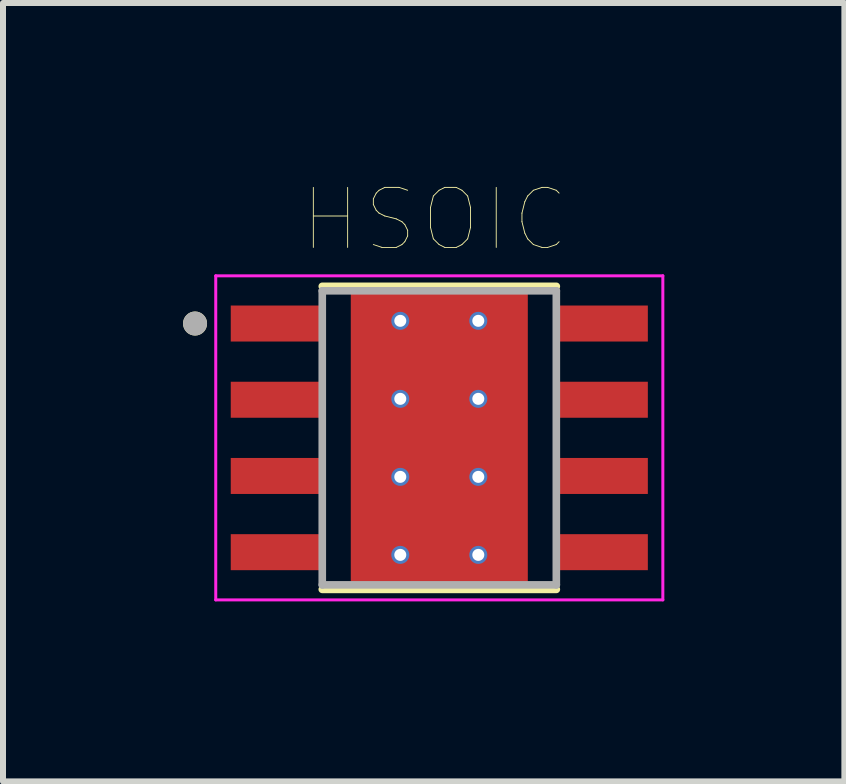
<source format=kicad_pcb>
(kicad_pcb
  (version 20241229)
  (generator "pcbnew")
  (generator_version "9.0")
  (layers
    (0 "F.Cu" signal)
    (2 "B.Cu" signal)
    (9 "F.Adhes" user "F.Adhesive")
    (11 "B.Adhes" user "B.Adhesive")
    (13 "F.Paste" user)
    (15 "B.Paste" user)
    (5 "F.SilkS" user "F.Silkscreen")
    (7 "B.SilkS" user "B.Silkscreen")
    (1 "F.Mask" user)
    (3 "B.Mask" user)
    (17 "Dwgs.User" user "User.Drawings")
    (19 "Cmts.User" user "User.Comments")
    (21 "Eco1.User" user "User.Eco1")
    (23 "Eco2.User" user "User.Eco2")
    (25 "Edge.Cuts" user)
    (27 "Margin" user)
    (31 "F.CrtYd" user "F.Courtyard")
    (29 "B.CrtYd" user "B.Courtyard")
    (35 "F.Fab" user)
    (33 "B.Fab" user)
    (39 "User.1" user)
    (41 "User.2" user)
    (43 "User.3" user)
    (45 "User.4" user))
  (footprint "HSOIC"
    (layer "F.Cu")
    (at 4.27 4.246)
    (property "Reference" "HSOIC" (at -0.075 -3.635 0) (layer "F.SilkS") (effects (font (size 1 1) (thickness 0.015))))
    (attr through_hole)
    (fp_poly (pts (xy -1.355 -1.7) (xy 1.355 -1.7) (xy 1.355 1.7) (xy -1.355 1.7)) (stroke (width 0.01) (type solid)) (fill yes) (layer "F.Mask"))
    (fp_poly (pts (xy -1.905 -1.535) (xy -3.495 -1.535) (xy -3.498 -1.535) (xy -3.5 -1.535) (xy -3.503 -1.536) (xy -3.505 -1.536) (xy -3.508 -1.537) (xy -3.51 -1.537) (xy -3.513 -1.538) (xy -3.515 -1.539) (xy -3.518 -1.54) (xy -3.52 -1.542) (xy -3.522 -1.543) (xy -3.524 -1.545) (xy -3.526 -1.546) (xy -3.528 -1.548) (xy -3.53 -1.55) (xy -3.532 -1.552) (xy -3.534 -1.554) (xy -3.535 -1.556) (xy -3.537 -1.558) (xy -3.538 -1.56) (xy -3.54 -1.562) (xy -3.541 -1.565) (xy -3.542 -1.567) (xy -3.543 -1.57) (xy -3.543 -1.572) (xy -3.544 -1.575) (xy -3.544 -1.577) (xy -3.545 -1.58) (xy -3.545 -1.582) (xy -3.545 -1.585) (xy -3.545 -2.225) (xy -3.545 -2.228) (xy -3.545 -2.23) (xy -3.544 -2.233) (xy -3.544 -2.235) (xy -3.543 -2.238) (xy -3.543 -2.24) (xy -3.542 -2.243) (xy -3.541 -2.245) (xy -3.54 -2.248) (xy -3.538 -2.25) (xy -3.537 -2.252) (xy -3.535 -2.254) (xy -3.534 -2.256) (xy -3.532 -2.258) (xy -3.53 -2.26) (xy -3.528 -2.262) (xy -3.526 -2.264) (xy -3.524 -2.265) (xy -3.522 -2.267) (xy -3.52 -2.268) (xy -3.518 -2.27) (xy -3.515 -2.271) (xy -3.513 -2.272) (xy -3.51 -2.273) (xy -3.508 -2.273) (xy -3.505 -2.274) (xy -3.503 -2.274) (xy -3.5 -2.275) (xy -3.498 -2.275) (xy -3.495 -2.275) (xy -1.905 -2.275) (xy -1.902 -2.275) (xy -1.9 -2.275) (xy -1.897 -2.274) (xy -1.895 -2.274) (xy -1.892 -2.273) (xy -1.89 -2.273) (xy -1.887 -2.272) (xy -1.885 -2.271) (xy -1.882 -2.27) (xy -1.88 -2.268) (xy -1.878 -2.267) (xy -1.876 -2.265) (xy -1.874 -2.264) (xy -1.872 -2.262) (xy -1.87 -2.26) (xy -1.868 -2.258) (xy -1.866 -2.256) (xy -1.865 -2.254) (xy -1.863 -2.252) (xy -1.862 -2.25) (xy -1.86 -2.248) (xy -1.859 -2.245) (xy -1.858 -2.243) (xy -1.857 -2.24) (xy -1.857 -2.238) (xy -1.856 -2.235) (xy -1.856 -2.233) (xy -1.855 -2.23) (xy -1.855 -2.228) (xy -1.855 -2.225) (xy -1.855 -1.585) (xy -1.855 -1.582) (xy -1.855 -1.58) (xy -1.856 -1.577) (xy -1.856 -1.575) (xy -1.857 -1.572) (xy -1.857 -1.57) (xy -1.858 -1.567) (xy -1.859 -1.565) (xy -1.86 -1.562) (xy -1.862 -1.56) (xy -1.863 -1.558) (xy -1.865 -1.556) (xy -1.866 -1.554) (xy -1.868 -1.552) (xy -1.87 -1.55) (xy -1.872 -1.548) (xy -1.874 -1.546) (xy -1.876 -1.545) (xy -1.878 -1.543) (xy -1.88 -1.542) (xy -1.882 -1.54) (xy -1.885 -1.539) (xy -1.887 -1.538) (xy -1.89 -1.537) (xy -1.892 -1.537) (xy -1.895 -1.536) (xy -1.897 -1.536) (xy -1.9 -1.535) (xy -1.902 -1.535) (xy -1.905 -1.535)) (stroke (width 0.01) (type solid)) (fill yes) (layer "F.Mask"))
    (fp_poly (pts (xy -1.905 -0.265) (xy -3.495 -0.265) (xy -3.498 -0.265) (xy -3.5 -0.265) (xy -3.503 -0.266) (xy -3.505 -0.266) (xy -3.508 -0.267) (xy -3.51 -0.267) (xy -3.513 -0.268) (xy -3.515 -0.269) (xy -3.518 -0.27) (xy -3.52 -0.272) (xy -3.522 -0.273) (xy -3.524 -0.275) (xy -3.526 -0.276) (xy -3.528 -0.278) (xy -3.53 -0.28) (xy -3.532 -0.282) (xy -3.534 -0.284) (xy -3.535 -0.286) (xy -3.537 -0.288) (xy -3.538 -0.29) (xy -3.54 -0.292) (xy -3.541 -0.295) (xy -3.542 -0.297) (xy -3.543 -0.3) (xy -3.543 -0.302) (xy -3.544 -0.305) (xy -3.544 -0.307) (xy -3.545 -0.31) (xy -3.545 -0.312) (xy -3.545 -0.315) (xy -3.545 -0.955) (xy -3.545 -0.958) (xy -3.545 -0.96) (xy -3.544 -0.963) (xy -3.544 -0.965) (xy -3.543 -0.968) (xy -3.543 -0.97) (xy -3.542 -0.973) (xy -3.541 -0.975) (xy -3.54 -0.978) (xy -3.538 -0.98) (xy -3.537 -0.982) (xy -3.535 -0.984) (xy -3.534 -0.986) (xy -3.532 -0.988) (xy -3.53 -0.99) (xy -3.528 -0.992) (xy -3.526 -0.994) (xy -3.524 -0.995) (xy -3.522 -0.997) (xy -3.52 -0.998) (xy -3.518 -1) (xy -3.515 -1.001) (xy -3.513 -1.002) (xy -3.51 -1.003) (xy -3.508 -1.003) (xy -3.505 -1.004) (xy -3.503 -1.004) (xy -3.5 -1.005) (xy -3.498 -1.005) (xy -3.495 -1.005) (xy -1.905 -1.005) (xy -1.902 -1.005) (xy -1.9 -1.005) (xy -1.897 -1.004) (xy -1.895 -1.004) (xy -1.892 -1.003) (xy -1.89 -1.003) (xy -1.887 -1.002) (xy -1.885 -1.001) (xy -1.882 -1) (xy -1.88 -0.998) (xy -1.878 -0.997) (xy -1.876 -0.995) (xy -1.874 -0.994) (xy -1.872 -0.992) (xy -1.87 -0.99) (xy -1.868 -0.988) (xy -1.866 -0.986) (xy -1.865 -0.984) (xy -1.863 -0.982) (xy -1.862 -0.98) (xy -1.86 -0.978) (xy -1.859 -0.975) (xy -1.858 -0.973) (xy -1.857 -0.97) (xy -1.857 -0.968) (xy -1.856 -0.965) (xy -1.856 -0.963) (xy -1.855 -0.96) (xy -1.855 -0.958) (xy -1.855 -0.955) (xy -1.855 -0.315) (xy -1.855 -0.312) (xy -1.855 -0.31) (xy -1.856 -0.307) (xy -1.856 -0.305) (xy -1.857 -0.302) (xy -1.857 -0.3) (xy -1.858 -0.297) (xy -1.859 -0.295) (xy -1.86 -0.292) (xy -1.862 -0.29) (xy -1.863 -0.288) (xy -1.865 -0.286) (xy -1.866 -0.284) (xy -1.868 -0.282) (xy -1.87 -0.28) (xy -1.872 -0.278) (xy -1.874 -0.276) (xy -1.876 -0.275) (xy -1.878 -0.273) (xy -1.88 -0.272) (xy -1.882 -0.27) (xy -1.885 -0.269) (xy -1.887 -0.268) (xy -1.89 -0.267) (xy -1.892 -0.267) (xy -1.895 -0.266) (xy -1.897 -0.266) (xy -1.9 -0.265) (xy -1.902 -0.265) (xy -1.905 -0.265)) (stroke (width 0.01) (type solid)) (fill yes) (layer "F.Mask"))
    (fp_poly (pts (xy -1.905 1.005) (xy -3.495 1.005) (xy -3.498 1.005) (xy -3.5 1.005) (xy -3.503 1.004) (xy -3.505 1.004) (xy -3.508 1.003) (xy -3.51 1.003) (xy -3.513 1.002) (xy -3.515 1.001) (xy -3.518 1) (xy -3.52 0.998) (xy -3.522 0.997) (xy -3.524 0.995) (xy -3.526 0.994) (xy -3.528 0.992) (xy -3.53 0.99) (xy -3.532 0.988) (xy -3.534 0.986) (xy -3.535 0.984) (xy -3.537 0.982) (xy -3.538 0.98) (xy -3.54 0.978) (xy -3.541 0.975) (xy -3.542 0.973) (xy -3.543 0.97) (xy -3.543 0.968) (xy -3.544 0.965) (xy -3.544 0.963) (xy -3.545 0.96) (xy -3.545 0.958) (xy -3.545 0.955) (xy -3.545 0.315) (xy -3.545 0.312) (xy -3.545 0.31) (xy -3.544 0.307) (xy -3.544 0.305) (xy -3.543 0.302) (xy -3.543 0.3) (xy -3.542 0.297) (xy -3.541 0.295) (xy -3.54 0.292) (xy -3.538 0.29) (xy -3.537 0.288) (xy -3.535 0.286) (xy -3.534 0.284) (xy -3.532 0.282) (xy -3.53 0.28) (xy -3.528 0.278) (xy -3.526 0.276) (xy -3.524 0.275) (xy -3.522 0.273) (xy -3.52 0.272) (xy -3.518 0.27) (xy -3.515 0.269) (xy -3.513 0.268) (xy -3.51 0.267) (xy -3.508 0.267) (xy -3.505 0.266) (xy -3.503 0.266) (xy -3.5 0.265) (xy -3.498 0.265) (xy -3.495 0.265) (xy -1.905 0.265) (xy -1.902 0.265) (xy -1.9 0.265) (xy -1.897 0.266) (xy -1.895 0.266) (xy -1.892 0.267) (xy -1.89 0.267) (xy -1.887 0.268) (xy -1.885 0.269) (xy -1.882 0.27) (xy -1.88 0.272) (xy -1.878 0.273) (xy -1.876 0.275) (xy -1.874 0.276) (xy -1.872 0.278) (xy -1.87 0.28) (xy -1.868 0.282) (xy -1.866 0.284) (xy -1.865 0.286) (xy -1.863 0.288) (xy -1.862 0.29) (xy -1.86 0.292) (xy -1.859 0.295) (xy -1.858 0.297) (xy -1.857 0.3) (xy -1.857 0.302) (xy -1.856 0.305) (xy -1.856 0.307) (xy -1.855 0.31) (xy -1.855 0.312) (xy -1.855 0.315) (xy -1.855 0.955) (xy -1.855 0.958) (xy -1.855 0.96) (xy -1.856 0.963) (xy -1.856 0.965) (xy -1.857 0.968) (xy -1.857 0.97) (xy -1.858 0.973) (xy -1.859 0.975) (xy -1.86 0.978) (xy -1.862 0.98) (xy -1.863 0.982) (xy -1.865 0.984) (xy -1.866 0.986) (xy -1.868 0.988) (xy -1.87 0.99) (xy -1.872 0.992) (xy -1.874 0.994) (xy -1.876 0.995) (xy -1.878 0.997) (xy -1.88 0.998) (xy -1.882 1) (xy -1.885 1.001) (xy -1.887 1.002) (xy -1.89 1.003) (xy -1.892 1.003) (xy -1.895 1.004) (xy -1.897 1.004) (xy -1.9 1.005) (xy -1.902 1.005) (xy -1.905 1.005)) (stroke (width 0.01) (type solid)) (fill yes) (layer "F.Mask"))
    (fp_poly (pts (xy -1.905 2.275) (xy -3.495 2.275) (xy -3.498 2.275) (xy -3.5 2.275) (xy -3.503 2.274) (xy -3.505 2.274) (xy -3.508 2.273) (xy -3.51 2.273) (xy -3.513 2.272) (xy -3.515 2.271) (xy -3.518 2.27) (xy -3.52 2.268) (xy -3.522 2.267) (xy -3.524 2.265) (xy -3.526 2.264) (xy -3.528 2.262) (xy -3.53 2.26) (xy -3.532 2.258) (xy -3.534 2.256) (xy -3.535 2.254) (xy -3.537 2.252) (xy -3.538 2.25) (xy -3.54 2.248) (xy -3.541 2.245) (xy -3.542 2.243) (xy -3.543 2.24) (xy -3.543 2.238) (xy -3.544 2.235) (xy -3.544 2.233) (xy -3.545 2.23) (xy -3.545 2.228) (xy -3.545 2.225) (xy -3.545 1.585) (xy -3.545 1.582) (xy -3.545 1.58) (xy -3.544 1.577) (xy -3.544 1.575) (xy -3.543 1.572) (xy -3.543 1.57) (xy -3.542 1.567) (xy -3.541 1.565) (xy -3.54 1.562) (xy -3.538 1.56) (xy -3.537 1.558) (xy -3.535 1.556) (xy -3.534 1.554) (xy -3.532 1.552) (xy -3.53 1.55) (xy -3.528 1.548) (xy -3.526 1.546) (xy -3.524 1.545) (xy -3.522 1.543) (xy -3.52 1.542) (xy -3.518 1.54) (xy -3.515 1.539) (xy -3.513 1.538) (xy -3.51 1.537) (xy -3.508 1.537) (xy -3.505 1.536) (xy -3.503 1.536) (xy -3.5 1.535) (xy -3.498 1.535) (xy -3.495 1.535) (xy -1.905 1.535) (xy -1.902 1.535) (xy -1.9 1.535) (xy -1.897 1.536) (xy -1.895 1.536) (xy -1.892 1.537) (xy -1.89 1.537) (xy -1.887 1.538) (xy -1.885 1.539) (xy -1.882 1.54) (xy -1.88 1.542) (xy -1.878 1.543) (xy -1.876 1.545) (xy -1.874 1.546) (xy -1.872 1.548) (xy -1.87 1.55) (xy -1.868 1.552) (xy -1.866 1.554) (xy -1.865 1.556) (xy -1.863 1.558) (xy -1.862 1.56) (xy -1.86 1.562) (xy -1.859 1.565) (xy -1.858 1.567) (xy -1.857 1.57) (xy -1.857 1.572) (xy -1.856 1.575) (xy -1.856 1.577) (xy -1.855 1.58) (xy -1.855 1.582) (xy -1.855 1.585) (xy -1.855 2.225) (xy -1.855 2.228) (xy -1.855 2.23) (xy -1.856 2.233) (xy -1.856 2.235) (xy -1.857 2.238) (xy -1.857 2.24) (xy -1.858 2.243) (xy -1.859 2.245) (xy -1.86 2.248) (xy -1.862 2.25) (xy -1.863 2.252) (xy -1.865 2.254) (xy -1.866 2.256) (xy -1.868 2.258) (xy -1.87 2.26) (xy -1.872 2.262) (xy -1.874 2.264) (xy -1.876 2.265) (xy -1.878 2.267) (xy -1.88 2.268) (xy -1.882 2.27) (xy -1.885 2.271) (xy -1.887 2.272) (xy -1.89 2.273) (xy -1.892 2.273) (xy -1.895 2.274) (xy -1.897 2.274) (xy -1.9 2.275) (xy -1.902 2.275) (xy -1.905 2.275)) (stroke (width 0.01) (type solid)) (fill yes) (layer "F.Mask"))
    (fp_poly (pts (xy 3.495 -1.535) (xy 1.905 -1.535) (xy 1.902 -1.535) (xy 1.9 -1.535) (xy 1.897 -1.536) (xy 1.895 -1.536) (xy 1.892 -1.537) (xy 1.89 -1.537) (xy 1.887 -1.538) (xy 1.885 -1.539) (xy 1.882 -1.54) (xy 1.88 -1.542) (xy 1.878 -1.543) (xy 1.876 -1.545) (xy 1.874 -1.546) (xy 1.872 -1.548) (xy 1.87 -1.55) (xy 1.868 -1.552) (xy 1.866 -1.554) (xy 1.865 -1.556) (xy 1.863 -1.558) (xy 1.862 -1.56) (xy 1.86 -1.562) (xy 1.859 -1.565) (xy 1.858 -1.567) (xy 1.857 -1.57) (xy 1.857 -1.572) (xy 1.856 -1.575) (xy 1.856 -1.577) (xy 1.855 -1.58) (xy 1.855 -1.582) (xy 1.855 -1.585) (xy 1.855 -2.225) (xy 1.855 -2.228) (xy 1.855 -2.23) (xy 1.856 -2.233) (xy 1.856 -2.235) (xy 1.857 -2.238) (xy 1.857 -2.24) (xy 1.858 -2.243) (xy 1.859 -2.245) (xy 1.86 -2.248) (xy 1.862 -2.25) (xy 1.863 -2.252) (xy 1.865 -2.254) (xy 1.866 -2.256) (xy 1.868 -2.258) (xy 1.87 -2.26) (xy 1.872 -2.262) (xy 1.874 -2.264) (xy 1.876 -2.265) (xy 1.878 -2.267) (xy 1.88 -2.268) (xy 1.882 -2.27) (xy 1.885 -2.271) (xy 1.887 -2.272) (xy 1.89 -2.273) (xy 1.892 -2.273) (xy 1.895 -2.274) (xy 1.897 -2.274) (xy 1.9 -2.275) (xy 1.902 -2.275) (xy 1.905 -2.275) (xy 3.495 -2.275) (xy 3.498 -2.275) (xy 3.5 -2.275) (xy 3.503 -2.274) (xy 3.505 -2.274) (xy 3.508 -2.273) (xy 3.51 -2.273) (xy 3.513 -2.272) (xy 3.515 -2.271) (xy 3.518 -2.27) (xy 3.52 -2.268) (xy 3.522 -2.267) (xy 3.524 -2.265) (xy 3.526 -2.264) (xy 3.528 -2.262) (xy 3.53 -2.26) (xy 3.532 -2.258) (xy 3.534 -2.256) (xy 3.535 -2.254) (xy 3.537 -2.252) (xy 3.538 -2.25) (xy 3.54 -2.248) (xy 3.541 -2.245) (xy 3.542 -2.243) (xy 3.543 -2.24) (xy 3.543 -2.238) (xy 3.544 -2.235) (xy 3.544 -2.233) (xy 3.545 -2.23) (xy 3.545 -2.228) (xy 3.545 -2.225) (xy 3.545 -1.585) (xy 3.545 -1.582) (xy 3.545 -1.58) (xy 3.544 -1.577) (xy 3.544 -1.575) (xy 3.543 -1.572) (xy 3.543 -1.57) (xy 3.542 -1.567) (xy 3.541 -1.565) (xy 3.54 -1.562) (xy 3.538 -1.56) (xy 3.537 -1.558) (xy 3.535 -1.556) (xy 3.534 -1.554) (xy 3.532 -1.552) (xy 3.53 -1.55) (xy 3.528 -1.548) (xy 3.526 -1.546) (xy 3.524 -1.545) (xy 3.522 -1.543) (xy 3.52 -1.542) (xy 3.518 -1.54) (xy 3.515 -1.539) (xy 3.513 -1.538) (xy 3.51 -1.537) (xy 3.508 -1.537) (xy 3.505 -1.536) (xy 3.503 -1.536) (xy 3.5 -1.535) (xy 3.498 -1.535) (xy 3.495 -1.535)) (stroke (width 0.01) (type solid)) (fill yes) (layer "F.Mask"))
    (fp_poly (pts (xy 3.495 -0.265) (xy 1.905 -0.265) (xy 1.902 -0.265) (xy 1.9 -0.265) (xy 1.897 -0.266) (xy 1.895 -0.266) (xy 1.892 -0.267) (xy 1.89 -0.267) (xy 1.887 -0.268) (xy 1.885 -0.269) (xy 1.882 -0.27) (xy 1.88 -0.272) (xy 1.878 -0.273) (xy 1.876 -0.275) (xy 1.874 -0.276) (xy 1.872 -0.278) (xy 1.87 -0.28) (xy 1.868 -0.282) (xy 1.866 -0.284) (xy 1.865 -0.286) (xy 1.863 -0.288) (xy 1.862 -0.29) (xy 1.86 -0.292) (xy 1.859 -0.295) (xy 1.858 -0.297) (xy 1.857 -0.3) (xy 1.857 -0.302) (xy 1.856 -0.305) (xy 1.856 -0.307) (xy 1.855 -0.31) (xy 1.855 -0.312) (xy 1.855 -0.315) (xy 1.855 -0.955) (xy 1.855 -0.958) (xy 1.855 -0.96) (xy 1.856 -0.963) (xy 1.856 -0.965) (xy 1.857 -0.968) (xy 1.857 -0.97) (xy 1.858 -0.973) (xy 1.859 -0.975) (xy 1.86 -0.978) (xy 1.862 -0.98) (xy 1.863 -0.982) (xy 1.865 -0.984) (xy 1.866 -0.986) (xy 1.868 -0.988) (xy 1.87 -0.99) (xy 1.872 -0.992) (xy 1.874 -0.994) (xy 1.876 -0.995) (xy 1.878 -0.997) (xy 1.88 -0.998) (xy 1.882 -1) (xy 1.885 -1.001) (xy 1.887 -1.002) (xy 1.89 -1.003) (xy 1.892 -1.003) (xy 1.895 -1.004) (xy 1.897 -1.004) (xy 1.9 -1.005) (xy 1.902 -1.005) (xy 1.905 -1.005) (xy 3.495 -1.005) (xy 3.498 -1.005) (xy 3.5 -1.005) (xy 3.503 -1.004) (xy 3.505 -1.004) (xy 3.508 -1.003) (xy 3.51 -1.003) (xy 3.513 -1.002) (xy 3.515 -1.001) (xy 3.518 -1) (xy 3.52 -0.998) (xy 3.522 -0.997) (xy 3.524 -0.995) (xy 3.526 -0.994) (xy 3.528 -0.992) (xy 3.53 -0.99) (xy 3.532 -0.988) (xy 3.534 -0.986) (xy 3.535 -0.984) (xy 3.537 -0.982) (xy 3.538 -0.98) (xy 3.54 -0.978) (xy 3.541 -0.975) (xy 3.542 -0.973) (xy 3.543 -0.97) (xy 3.543 -0.968) (xy 3.544 -0.965) (xy 3.544 -0.963) (xy 3.545 -0.96) (xy 3.545 -0.958) (xy 3.545 -0.955) (xy 3.545 -0.315) (xy 3.545 -0.312) (xy 3.545 -0.31) (xy 3.544 -0.307) (xy 3.544 -0.305) (xy 3.543 -0.302) (xy 3.543 -0.3) (xy 3.542 -0.297) (xy 3.541 -0.295) (xy 3.54 -0.292) (xy 3.538 -0.29) (xy 3.537 -0.288) (xy 3.535 -0.286) (xy 3.534 -0.284) (xy 3.532 -0.282) (xy 3.53 -0.28) (xy 3.528 -0.278) (xy 3.526 -0.276) (xy 3.524 -0.275) (xy 3.522 -0.273) (xy 3.52 -0.272) (xy 3.518 -0.27) (xy 3.515 -0.269) (xy 3.513 -0.268) (xy 3.51 -0.267) (xy 3.508 -0.267) (xy 3.505 -0.266) (xy 3.503 -0.266) (xy 3.5 -0.265) (xy 3.498 -0.265) (xy 3.495 -0.265)) (stroke (width 0.01) (type solid)) (fill yes) (layer "F.Mask"))
    (fp_poly (pts (xy 3.495 1.005) (xy 1.905 1.005) (xy 1.902 1.005) (xy 1.9 1.005) (xy 1.897 1.004) (xy 1.895 1.004) (xy 1.892 1.003) (xy 1.89 1.003) (xy 1.887 1.002) (xy 1.885 1.001) (xy 1.882 1) (xy 1.88 0.998) (xy 1.878 0.997) (xy 1.876 0.995) (xy 1.874 0.994) (xy 1.872 0.992) (xy 1.87 0.99) (xy 1.868 0.988) (xy 1.866 0.986) (xy 1.865 0.984) (xy 1.863 0.982) (xy 1.862 0.98) (xy 1.86 0.978) (xy 1.859 0.975) (xy 1.858 0.973) (xy 1.857 0.97) (xy 1.857 0.968) (xy 1.856 0.965) (xy 1.856 0.963) (xy 1.855 0.96) (xy 1.855 0.958) (xy 1.855 0.955) (xy 1.855 0.315) (xy 1.855 0.312) (xy 1.855 0.31) (xy 1.856 0.307) (xy 1.856 0.305) (xy 1.857 0.302) (xy 1.857 0.3) (xy 1.858 0.297) (xy 1.859 0.295) (xy 1.86 0.292) (xy 1.862 0.29) (xy 1.863 0.288) (xy 1.865 0.286) (xy 1.866 0.284) (xy 1.868 0.282) (xy 1.87 0.28) (xy 1.872 0.278) (xy 1.874 0.276) (xy 1.876 0.275) (xy 1.878 0.273) (xy 1.88 0.272) (xy 1.882 0.27) (xy 1.885 0.269) (xy 1.887 0.268) (xy 1.89 0.267) (xy 1.892 0.267) (xy 1.895 0.266) (xy 1.897 0.266) (xy 1.9 0.265) (xy 1.902 0.265) (xy 1.905 0.265) (xy 3.495 0.265) (xy 3.498 0.265) (xy 3.5 0.265) (xy 3.503 0.266) (xy 3.505 0.266) (xy 3.508 0.267) (xy 3.51 0.267) (xy 3.513 0.268) (xy 3.515 0.269) (xy 3.518 0.27) (xy 3.52 0.272) (xy 3.522 0.273) (xy 3.524 0.275) (xy 3.526 0.276) (xy 3.528 0.278) (xy 3.53 0.28) (xy 3.532 0.282) (xy 3.534 0.284) (xy 3.535 0.286) (xy 3.537 0.288) (xy 3.538 0.29) (xy 3.54 0.292) (xy 3.541 0.295) (xy 3.542 0.297) (xy 3.543 0.3) (xy 3.543 0.302) (xy 3.544 0.305) (xy 3.544 0.307) (xy 3.545 0.31) (xy 3.545 0.312) (xy 3.545 0.315) (xy 3.545 0.955) (xy 3.545 0.958) (xy 3.545 0.96) (xy 3.544 0.963) (xy 3.544 0.965) (xy 3.543 0.968) (xy 3.543 0.97) (xy 3.542 0.973) (xy 3.541 0.975) (xy 3.54 0.978) (xy 3.538 0.98) (xy 3.537 0.982) (xy 3.535 0.984) (xy 3.534 0.986) (xy 3.532 0.988) (xy 3.53 0.99) (xy 3.528 0.992) (xy 3.526 0.994) (xy 3.524 0.995) (xy 3.522 0.997) (xy 3.52 0.998) (xy 3.518 1) (xy 3.515 1.001) (xy 3.513 1.002) (xy 3.51 1.003) (xy 3.508 1.003) (xy 3.505 1.004) (xy 3.503 1.004) (xy 3.5 1.005) (xy 3.498 1.005) (xy 3.495 1.005)) (stroke (width 0.01) (type solid)) (fill yes) (layer "F.Mask"))
    (fp_poly (pts (xy 3.495 2.275) (xy 1.905 2.275) (xy 1.902 2.275) (xy 1.9 2.275) (xy 1.897 2.274) (xy 1.895 2.274) (xy 1.892 2.273) (xy 1.89 2.273) (xy 1.887 2.272) (xy 1.885 2.271) (xy 1.882 2.27) (xy 1.88 2.268) (xy 1.878 2.267) (xy 1.876 2.265) (xy 1.874 2.264) (xy 1.872 2.262) (xy 1.87 2.26) (xy 1.868 2.258) (xy 1.866 2.256) (xy 1.865 2.254) (xy 1.863 2.252) (xy 1.862 2.25) (xy 1.86 2.248) (xy 1.859 2.245) (xy 1.858 2.243) (xy 1.857 2.24) (xy 1.857 2.238) (xy 1.856 2.235) (xy 1.856 2.233) (xy 1.855 2.23) (xy 1.855 2.228) (xy 1.855 2.225) (xy 1.855 1.585) (xy 1.855 1.582) (xy 1.855 1.58) (xy 1.856 1.577) (xy 1.856 1.575) (xy 1.857 1.572) (xy 1.857 1.57) (xy 1.858 1.567) (xy 1.859 1.565) (xy 1.86 1.562) (xy 1.862 1.56) (xy 1.863 1.558) (xy 1.865 1.556) (xy 1.866 1.554) (xy 1.868 1.552) (xy 1.87 1.55) (xy 1.872 1.548) (xy 1.874 1.546) (xy 1.876 1.545) (xy 1.878 1.543) (xy 1.88 1.542) (xy 1.882 1.54) (xy 1.885 1.539) (xy 1.887 1.538) (xy 1.89 1.537) (xy 1.892 1.537) (xy 1.895 1.536) (xy 1.897 1.536) (xy 1.9 1.535) (xy 1.902 1.535) (xy 1.905 1.535) (xy 3.495 1.535) (xy 3.498 1.535) (xy 3.5 1.535) (xy 3.503 1.536) (xy 3.505 1.536) (xy 3.508 1.537) (xy 3.51 1.537) (xy 3.513 1.538) (xy 3.515 1.539) (xy 3.518 1.54) (xy 3.52 1.542) (xy 3.522 1.543) (xy 3.524 1.545) (xy 3.526 1.546) (xy 3.528 1.548) (xy 3.53 1.55) (xy 3.532 1.552) (xy 3.534 1.554) (xy 3.535 1.556) (xy 3.537 1.558) (xy 3.538 1.56) (xy 3.54 1.562) (xy 3.541 1.565) (xy 3.542 1.567) (xy 3.543 1.57) (xy 3.543 1.572) (xy 3.544 1.575) (xy 3.544 1.577) (xy 3.545 1.58) (xy 3.545 1.582) (xy 3.545 1.585) (xy 3.545 2.225) (xy 3.545 2.228) (xy 3.545 2.23) (xy 3.544 2.233) (xy 3.544 2.235) (xy 3.543 2.238) (xy 3.543 2.24) (xy 3.542 2.243) (xy 3.541 2.245) (xy 3.54 2.248) (xy 3.538 2.25) (xy 3.537 2.252) (xy 3.535 2.254) (xy 3.534 2.256) (xy 3.532 2.258) (xy 3.53 2.26) (xy 3.528 2.262) (xy 3.526 2.264) (xy 3.524 2.265) (xy 3.522 2.267) (xy 3.52 2.268) (xy 3.518 2.27) (xy 3.515 2.271) (xy 3.513 2.272) (xy 3.51 2.273) (xy 3.508 2.273) (xy 3.505 2.274) (xy 3.503 2.274) (xy 3.5 2.275) (xy 3.498 2.275) (xy 3.495 2.275)) (stroke (width 0.01) (type solid)) (fill yes) (layer "F.Mask"))
    (fp_line (start -1.95 -2.525) (end 1.95 -2.525) (stroke (width 0.127) (type solid)) (layer "F.SilkS"))
    (fp_line (start -1.95 2.525) (end 1.95 2.525) (stroke (width 0.127) (type solid)) (layer "F.SilkS"))
    (fp_circle (center -4.07 -1.905) (end -3.97 -1.905) (stroke (width 0.2) (type solid)) (fill no) (layer "F.SilkS"))
    (fp_poly (pts (xy -1.355 -1.7) (xy 1.355 -1.7) (xy 1.355 1.7) (xy -1.355 1.7)) (stroke (width 0.01) (type solid)) (fill yes) (layer "F.Paste"))
    (fp_line (start -3.725 -2.7) (end -3.725 2.7) (stroke (width 0.05) (type solid)) (layer "F.CrtYd"))
    (fp_line (start -3.725 -2.7) (end 3.725 -2.7) (stroke (width 0.05) (type solid)) (layer "F.CrtYd"))
    (fp_line (start -3.725 2.7) (end 3.725 2.7) (stroke (width 0.05) (type solid)) (layer "F.CrtYd"))
    (fp_line (start 3.725 -2.7) (end 3.725 2.7) (stroke (width 0.05) (type solid)) (layer "F.CrtYd"))
    (fp_line (start -1.95 -2.45) (end -1.95 2.45) (stroke (width 0.127) (type solid)) (layer "F.Fab"))
    (fp_line (start -1.95 -2.45) (end 1.95 -2.45) (stroke (width 0.127) (type solid)) (layer "F.Fab"))
    (fp_line (start -1.95 2.45) (end 1.95 2.45) (stroke (width 0.127) (type solid)) (layer "F.Fab"))
    (fp_line (start 1.95 -2.45) (end 1.95 2.45) (stroke (width 0.127) (type solid)) (layer "F.Fab"))
    (fp_circle (center -4.07 -1.905) (end -3.97 -1.905) (stroke (width 0.2) (type solid)) (fill no) (layer "F.Fab"))
    (pad "1" smd rect (at -2.7 -1.905) (size 1.55 0.6) (layers "F.Cu" "F.Paste"))
    (pad "2" smd rect (at -2.7 -0.635) (size 1.55 0.6) (layers "F.Cu" "F.Paste"))
    (pad "3" smd rect (at -2.7 0.635) (size 1.55 0.6) (layers "F.Cu" "F.Paste"))
    (pad "4" smd rect (at -2.7 1.905) (size 1.55 0.6) (layers "F.Cu" "F.Paste"))
    (pad "5" smd rect (at 2.7 1.905) (size 1.55 0.6) (layers "F.Cu" "F.Paste"))
    (pad "6" smd rect (at 2.7 0.635) (size 1.55 0.6) (layers "F.Cu" "F.Paste"))
    (pad "7" smd rect (at 2.7 -0.635) (size 1.55 0.6) (layers "F.Cu" "F.Paste"))
    (pad "8" smd rect (at 2.7 -1.905) (size 1.55 0.6) (layers "F.Cu" "F.Paste"))
    (pad "9" smd rect (at 0 0) (size 2.95 4.9) (layers "F.Cu"))
    (pad "10" thru_hole circle (at -0.65 -1.95) (size 0.3 0.3) (drill 0.2) (layers "*.Cu" "*.Mask"))
    (pad "11" thru_hole circle (at 0.65 -1.95) (size 0.3 0.3) (drill 0.2) (layers "*.Cu" "*.Mask"))
    (pad "12" thru_hole circle (at -0.65 -0.65) (size 0.3 0.3) (drill 0.2) (layers "*.Cu" "*.Mask"))
    (pad "13" thru_hole circle (at 0.65 -0.65) (size 0.3 0.3) (drill 0.2) (layers "*.Cu" "*.Mask"))
    (pad "14" thru_hole circle (at -0.65 0.65) (size 0.3 0.3) (drill 0.2) (layers "*.Cu" "*.Mask"))
    (pad "15" thru_hole circle (at 0.65 0.65) (size 0.3 0.3) (drill 0.2) (layers "*.Cu" "*.Mask"))
    (pad "16" thru_hole circle (at -0.65 1.95) (size 0.3 0.3) (drill 0.2) (layers "*.Cu" "*.Mask"))
    (pad "17" thru_hole circle (at 0.65 1.95) (size 0.3 0.3) (drill 0.2) (layers "*.Cu" "*.Mask")))
  (gr_rect
    (start -3 -3)
    (end 11.02 9.971)
    (stroke (width 0.1) (type default))
    (fill no)
    (layer "Edge.Cuts")))
</source>
